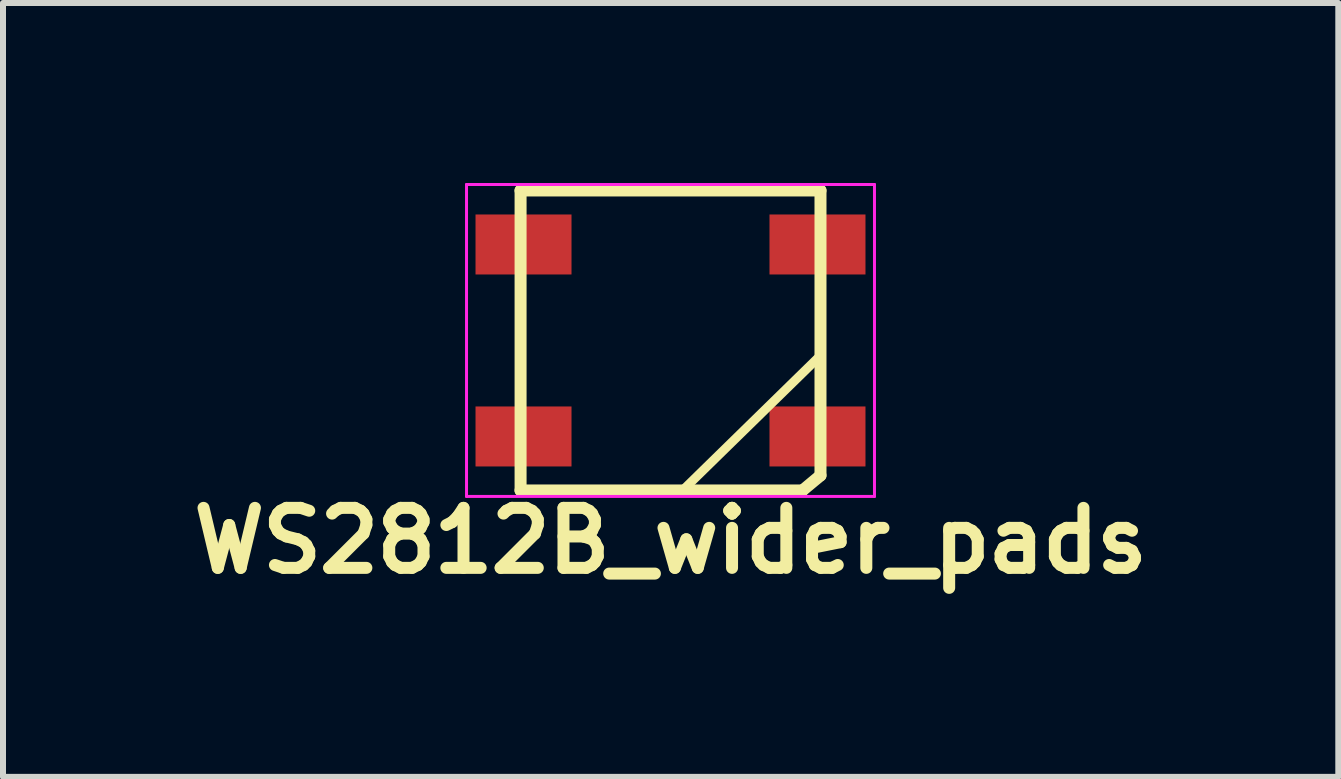
<source format=kicad_pcb>
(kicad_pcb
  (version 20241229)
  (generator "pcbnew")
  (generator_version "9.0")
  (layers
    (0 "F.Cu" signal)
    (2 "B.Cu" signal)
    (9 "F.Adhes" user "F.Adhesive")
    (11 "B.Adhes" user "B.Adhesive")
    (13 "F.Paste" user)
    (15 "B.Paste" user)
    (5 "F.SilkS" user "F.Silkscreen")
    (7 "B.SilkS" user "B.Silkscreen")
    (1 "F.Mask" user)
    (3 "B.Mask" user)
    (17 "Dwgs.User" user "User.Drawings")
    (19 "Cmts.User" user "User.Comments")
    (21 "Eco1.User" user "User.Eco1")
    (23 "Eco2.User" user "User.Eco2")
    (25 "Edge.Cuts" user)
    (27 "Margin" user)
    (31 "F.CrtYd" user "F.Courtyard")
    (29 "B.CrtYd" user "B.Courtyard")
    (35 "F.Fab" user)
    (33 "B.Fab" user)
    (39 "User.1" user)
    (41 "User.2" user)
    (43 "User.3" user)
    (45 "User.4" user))
  (footprint "WS2812B_wider_pads"
    (layer "F.Cu")
    (at 8.126 2.625)
    (property "Reference" "WS2812B_wider_pads" (at 0.002 3.338 0) (layer "F.SilkS") (effects (font (size 1 1) (thickness 0.2))))
    (attr smd)
    (fp_line (start -2.5 -2.5) (end 2.5 -2.5) (stroke (width 0.2) (type solid)) (layer "F.SilkS"))
    (fp_line (start -2.499 2.499) (end -2.499 -2.499) (stroke (width 0.2) (type solid)) (layer "F.SilkS"))
    (fp_line (start 0.2 2.5) (end 2.5 0.25) (stroke (width 0.15) (type solid)) (layer "F.SilkS"))
    (fp_line (start 2.2 2.5) (end -2.5 2.5) (stroke (width 0.2) (type solid)) (layer "F.SilkS"))
    (fp_line (start 2.2 2.5) (end 2.5 2.25) (stroke (width 0.2) (type solid)) (layer "F.SilkS"))
    (fp_line (start 2.5 2.25) (end 2.5 -2.5) (stroke (width 0.2) (type solid)) (layer "F.SilkS"))
    (fp_line (start -3.4 -2.6) (end -3.4 2.6) (stroke (width 0.05) (type solid)) (layer "F.CrtYd"))
    (fp_line (start -3.4 2.6) (end 3.4 2.6) (stroke (width 0.05) (type solid)) (layer "F.CrtYd"))
    (fp_line (start 3.4 -2.6) (end -3.4 -2.6) (stroke (width 0.05) (type solid)) (layer "F.CrtYd"))
    (fp_line (start 3.4 2.6) (end 3.4 -2.6) (stroke (width 0.05) (type solid)) (layer "F.CrtYd"))
    (pad "1" smd rect (at -2.45 -1.6 90) (size 1 1.6) (layers "F.Cu" "F.Mask" "F.Paste"))
    (pad "2" smd rect (at -2.45 1.6 90) (size 1 1.6) (layers "F.Cu" "F.Mask" "F.Paste"))
    (pad "3" smd rect (at 2.45 1.6 90) (size 1 1.6) (layers "F.Cu" "F.Mask" "F.Paste"))
    (pad "4" smd rect (at 2.45 -1.6 90) (size 1 1.6) (layers "F.Cu" "F.Mask" "F.Paste")))
  (gr_rect
    (start -3 -3)
    (end 19.257 9.899)
    (stroke (width 0.1) (type default))
    (fill no)
    (layer "Edge.Cuts")))
</source>
